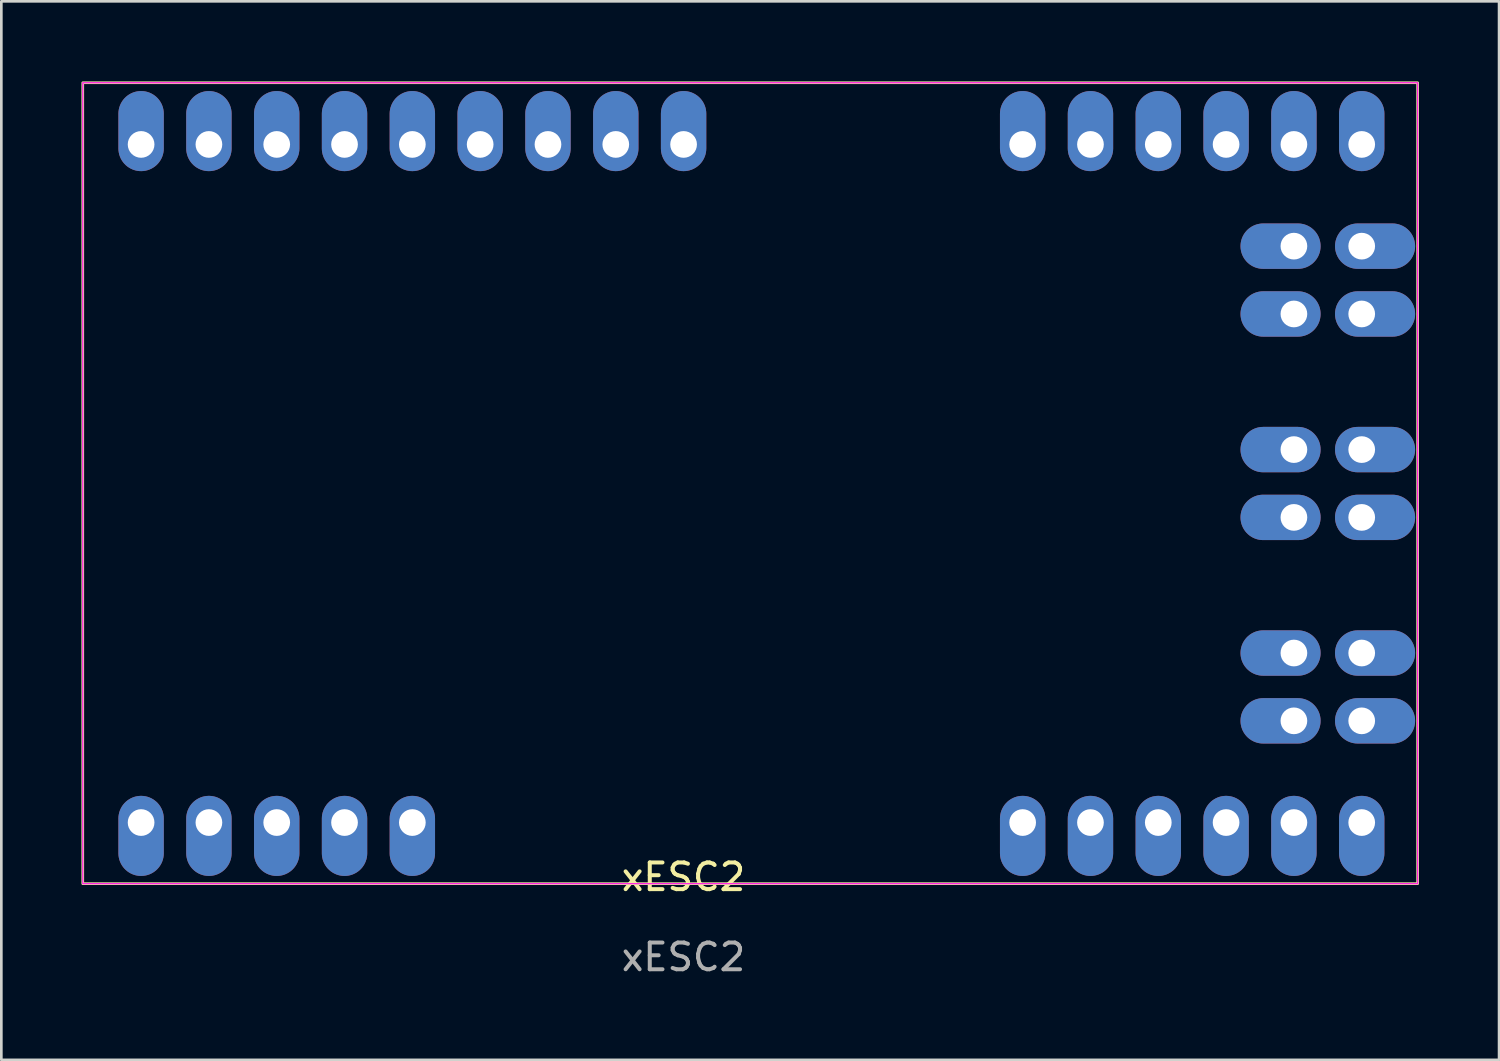
<source format=kicad_pcb>
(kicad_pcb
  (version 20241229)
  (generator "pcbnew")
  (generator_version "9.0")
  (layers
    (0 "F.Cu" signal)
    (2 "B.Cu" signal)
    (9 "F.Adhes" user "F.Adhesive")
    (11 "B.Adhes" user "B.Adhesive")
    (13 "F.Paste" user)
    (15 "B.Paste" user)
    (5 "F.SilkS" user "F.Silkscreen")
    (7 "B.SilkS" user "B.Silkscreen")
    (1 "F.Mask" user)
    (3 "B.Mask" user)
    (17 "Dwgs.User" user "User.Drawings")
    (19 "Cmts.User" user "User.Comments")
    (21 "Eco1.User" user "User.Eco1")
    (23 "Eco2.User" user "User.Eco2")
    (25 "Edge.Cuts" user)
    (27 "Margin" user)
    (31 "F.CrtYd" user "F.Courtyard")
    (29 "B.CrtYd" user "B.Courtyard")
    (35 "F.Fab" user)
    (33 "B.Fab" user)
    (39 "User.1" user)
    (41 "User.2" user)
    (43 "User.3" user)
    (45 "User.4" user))
  (footprint "xESC2"
    (layer "F.Cu")
    (at 22.55 30.3)
    (property "Reference" "xESC2" (at 0 -0.5 0) (unlocked yes) (layer "F.SilkS") (effects (font (size 1 1) (thickness 0.15))))
    (attr through_hole)
    (fp_rect (start -22.5 -30.25) (end 27.5 -0.25) (stroke (width 0.1) (type default)) (fill no) (layer "F.SilkS"))
    (fp_rect (start -22.5 -30.25) (end 27.5 -0.25) (stroke (width 0.05) (type default)) (fill no) (layer "F.CrtYd"))
    (fp_text user "${REFERENCE}" (at 0 2.5 0) (unlocked yes) (layer "F.Fab") (effects (font (size 1 1) (thickness 0.15))))
    (pad "1" thru_hole oval (at -17.775 -27.94 270) (size 3 1.7) (drill oval 1 (offset -0.5 0)) (layers "*.Cu" "*.Mask"))
    (pad "2" thru_hole oval (at -15.235 -27.94 270) (size 3 1.7) (drill oval 1 (offset -0.5 0)) (layers "*.Cu" "*.Mask"))
    (pad "3" thru_hole oval (at -10.155 -27.94 270) (size 3 1.7) (drill oval 1 (offset -0.5 0)) (layers "*.Cu" "*.Mask"))
    (pad "4" thru_hole oval (at -7.615 -27.94 270) (size 3 1.7) (drill oval 1 (offset -0.5 0)) (layers "*.Cu" "*.Mask"))
    (pad "5" thru_hole oval (at -5.075 -27.94 270) (size 3 1.7) (drill oval 1 (offset -0.5 0)) (layers "*.Cu" "*.Mask"))
    (pad "5V" thru_hole oval (at -12.695 -27.94 270) (size 3 1.7) (drill oval 1 (offset -0.5 0)) (layers "*.Cu" "*.Mask"))
    (pad "5V" thru_hole oval (at 17.785 -27.94 270) (size 3 1.7) (drill oval 1 (offset -0.5 0)) (layers "*.Cu" "*.Mask"))
    (pad "5V" thru_hole oval (at 17.785 -2.54 270) (size 3 1.7) (drill oval 1 (offset 0.5 0)) (layers "*.Cu" "*.Mask"))
    (pad "5V" thru_hole oval (at 20.325 -27.94 270) (size 3 1.7) (drill oval 1 (offset -0.5 0)) (layers "*.Cu" "*.Mask"))
    (pad "5V" thru_hole oval (at 20.325 -2.54 270) (size 3 1.7) (drill oval 1 (offset 0.5 0)) (layers "*.Cu" "*.Mask"))
    (pad "6" thru_hole oval (at -2.535 -27.94 270) (size 3 1.7) (drill oval 1 (offset -0.5 0)) (layers "*.Cu" "*.Mask"))
    (pad "11" thru_hole oval (at -20.315 -2.54 270) (size 3 1.7) (drill oval 1 (offset 0.5 0)) (layers "*.Cu" "*.Mask"))
    (pad "12" thru_hole oval (at -17.775 -2.54 270) (size 3 1.7) (drill oval 1 (offset 0.5 0)) (layers "*.Cu" "*.Mask"))
    (pad "13" thru_hole oval (at -15.235 -2.54 270) (size 3 1.7) (drill oval 1 (offset 0.5 0)) (layers "*.Cu" "*.Mask"))
    (pad "14" thru_hole oval (at -12.695 -2.54 270) (size 3 1.7) (drill oval 1 (offset 0.5 0)) (layers "*.Cu" "*.Mask"))
    (pad "GND" thru_hole oval (at -20.315 -27.94 270) (size 3 1.7) (drill oval 1 (offset -0.5 0)) (layers "*.Cu" "*.Mask"))
    (pad "GND" thru_hole oval (at -10.155 -2.54 270) (size 3 1.7) (drill oval 1 (offset 0.5 0)) (layers "*.Cu" "*.Mask"))
    (pad "GND" thru_hole oval (at 0.005 -27.94 270) (size 3 1.7) (drill oval 1 (offset -0.5 0)) (layers "*.Cu" "*.Mask"))
    (pad "GND" thru_hole oval (at 22.865 -27.94 270) (size 3 1.7) (drill oval 1 (offset -0.5 0)) (layers "*.Cu" "*.Mask"))
    (pad "GND" thru_hole oval (at 22.865 -2.54 270) (size 3 1.7) (drill oval 1 (offset 0.5 0)) (layers "*.Cu" "*.Mask"))
    (pad "GND" thru_hole oval (at 25.405 -27.94 270) (size 3 1.7) (drill oval 1 (offset -0.5 0)) (layers "*.Cu" "*.Mask"))
    (pad "GND" thru_hole oval (at 25.405 -2.54 270) (size 3 1.7) (drill oval 1 (offset 0.5 0)) (layers "*.Cu" "*.Mask"))
    (pad "U" thru_hole oval (at 22.865 -8.89 270) (size 1.7 3) (drill oval 1 (offset 0 0.5)) (layers "*.Cu" "*.Mask"))
    (pad "U" thru_hole oval (at 22.865 -6.35 270) (size 1.7 3) (drill oval 1 (offset 0 0.5)) (layers "*.Cu" "*.Mask"))
    (pad "U" thru_hole oval (at 25.405 -8.89 270) (size 1.7 3) (drill oval 1 (offset 0 -0.5)) (layers "*.Cu" "*.Mask"))
    (pad "U" thru_hole oval (at 25.405 -6.35 270) (size 1.7 3) (drill oval 1 (offset 0 -0.5)) (layers "*.Cu" "*.Mask"))
    (pad "V" thru_hole oval (at 22.865 -16.51 270) (size 1.7 3) (drill oval 1 (offset 0 0.5)) (layers "*.Cu" "*.Mask"))
    (pad "V" thru_hole oval (at 22.865 -13.97 270) (size 1.7 3) (drill oval 1 (offset 0 0.5)) (layers "*.Cu" "*.Mask"))
    (pad "V" thru_hole oval (at 25.405 -16.51 270) (size 1.7 3) (drill oval 1 (offset 0 -0.5)) (layers "*.Cu" "*.Mask"))
    (pad "V" thru_hole oval (at 25.405 -13.97 270) (size 1.7 3) (drill oval 1 (offset 0 -0.5)) (layers "*.Cu" "*.Mask"))
    (pad "VM" thru_hole oval (at 12.705 -27.94 270) (size 3 1.7) (drill oval 1 (offset -0.5 0)) (layers "*.Cu" "*.Mask"))
    (pad "VM" thru_hole oval (at 12.705 -2.54 270) (size 3 1.7) (drill oval 1 (offset 0.5 0)) (layers "*.Cu" "*.Mask"))
    (pad "VM" thru_hole oval (at 15.245 -27.94 270) (size 3 1.7) (drill oval 1 (offset -0.5 0)) (layers "*.Cu" "*.Mask"))
    (pad "VM" thru_hole oval (at 15.245 -2.54 270) (size 3 1.7) (drill oval 1 (offset 0.5 0)) (layers "*.Cu" "*.Mask"))
    (pad "W" thru_hole oval (at 22.865 -24.13 270) (size 1.7 3) (drill oval 1 (offset 0 0.5)) (layers "*.Cu" "*.Mask"))
    (pad "W" thru_hole oval (at 22.865 -21.59 270) (size 1.7 3) (drill oval 1 (offset 0 0.5)) (layers "*.Cu" "*.Mask"))
    (pad "W" thru_hole oval (at 25.405 -24.13 270) (size 1.7 3) (drill oval 1 (offset 0 -0.5)) (layers "*.Cu" "*.Mask"))
    (pad "W" thru_hole oval (at 25.405 -21.59 270) (size 1.7 3) (drill oval 1 (offset 0 -0.5)) (layers "*.Cu" "*.Mask")))
  (gr_rect
    (start -3 -3)
    (end 53.1 36.648)
    (stroke (width 0.1) (type default))
    (fill no)
    (layer "Edge.Cuts")))
</source>
